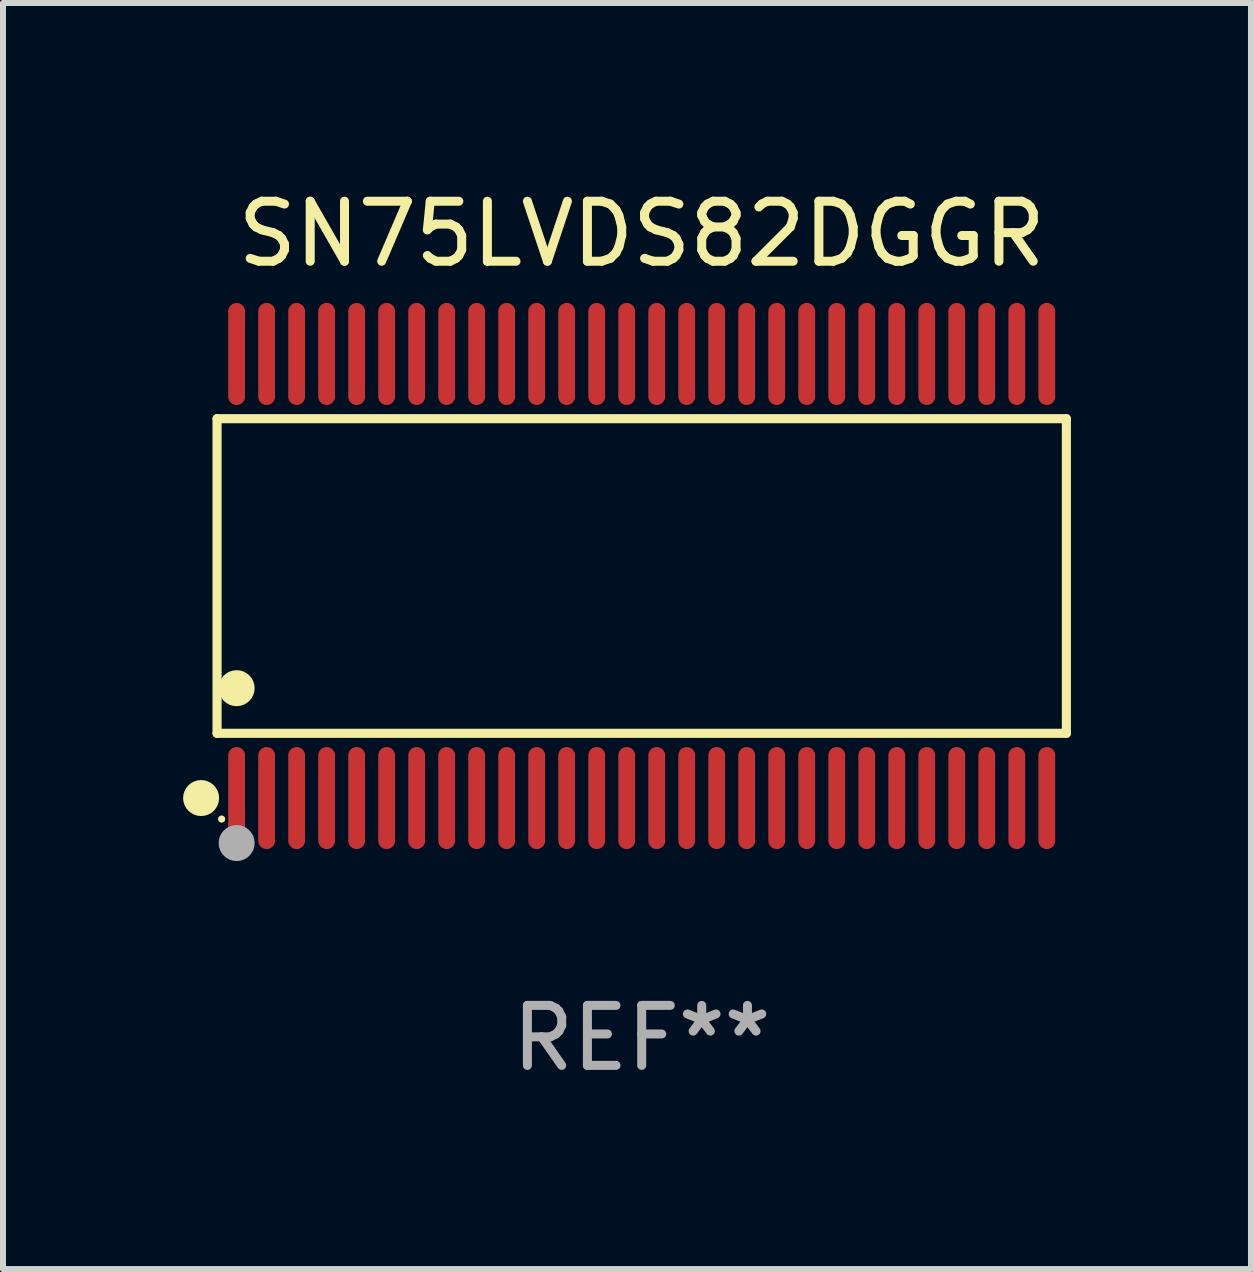
<source format=kicad_pcb>
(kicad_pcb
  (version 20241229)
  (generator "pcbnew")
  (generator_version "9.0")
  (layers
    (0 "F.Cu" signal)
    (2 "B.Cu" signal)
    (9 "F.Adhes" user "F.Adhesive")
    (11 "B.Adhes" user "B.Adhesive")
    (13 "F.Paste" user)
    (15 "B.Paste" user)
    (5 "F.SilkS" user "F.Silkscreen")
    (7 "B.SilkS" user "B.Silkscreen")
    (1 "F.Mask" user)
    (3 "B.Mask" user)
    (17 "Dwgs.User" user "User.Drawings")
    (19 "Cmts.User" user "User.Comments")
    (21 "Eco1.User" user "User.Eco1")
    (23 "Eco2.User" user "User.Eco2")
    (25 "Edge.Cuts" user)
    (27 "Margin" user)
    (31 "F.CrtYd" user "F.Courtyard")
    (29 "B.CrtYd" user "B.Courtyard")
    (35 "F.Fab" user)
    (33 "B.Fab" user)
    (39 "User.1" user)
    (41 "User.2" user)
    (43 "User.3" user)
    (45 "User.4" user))
  (footprint "SN75LVDS82DGGR"
    (layer "F.Cu")
    (at 7.643 6.548)
    (property "Reference" "SN75LVDS82DGGR" (at 0 -5.7 0) (layer "F.SilkS") (effects (font (size 1 1) (thickness 0.15))))
    (attr through_hole)
    (fp_line (start -7.076 -2.621) (end 7.076 -2.621) (stroke (width 0.152) (type solid)) (layer "F.SilkS"))
    (fp_line (start -7.076 2.621) (end -7.076 -2.621) (stroke (width 0.152) (type solid)) (layer "F.SilkS"))
    (fp_line (start 7.076 -2.621) (end 7.076 2.621) (stroke (width 0.152) (type solid)) (layer "F.SilkS"))
    (fp_line (start 7.076 2.621) (end -7.076 2.621) (stroke (width 0.152) (type solid)) (layer "F.SilkS"))
    (fp_circle (center -7.342 3.7) (end -7.192 3.7) (stroke (width 0.3) (type solid)) (fill no) (layer "F.SilkS"))
    (fp_circle (center -7 4.05) (end -6.97 4.05) (stroke (width 0.06) (type solid)) (fill no) (layer "F.SilkS"))
    (fp_circle (center -6.75 1.869) (end -6.6 1.869) (stroke (width 0.3) (type solid)) (fill no) (layer "F.SilkS"))
    (fp_circle (center -6.75 4.45) (end -6.6 4.45) (stroke (width 0.3) (type solid)) (fill no) (layer "F.Fab"))
    (fp_text user "REF**" (at 0 7.7 0) (layer "F.Fab") (effects (font (size 1 1) (thickness 0.15))))
    (pad "1" smd oval (at -6.75 3.7) (size 0.28 1.7) (layers "F.Cu" "F.Mask" "F.Paste"))
    (pad "2" smd oval (at -6.25 3.7) (size 0.28 1.7) (layers "F.Cu" "F.Mask" "F.Paste"))
    (pad "3" smd oval (at -5.75 3.7) (size 0.28 1.7) (layers "F.Cu" "F.Mask" "F.Paste"))
    (pad "4" smd oval (at -5.25 3.7) (size 0.28 1.7) (layers "F.Cu" "F.Mask" "F.Paste"))
    (pad "5" smd oval (at -4.75 3.7) (size 0.28 1.7) (layers "F.Cu" "F.Mask" "F.Paste"))
    (pad "6" smd oval (at -4.25 3.7) (size 0.28 1.7) (layers "F.Cu" "F.Mask" "F.Paste"))
    (pad "7" smd oval (at -3.75 3.7) (size 0.28 1.7) (layers "F.Cu" "F.Mask" "F.Paste"))
    (pad "8" smd oval (at -3.25 3.7) (size 0.28 1.7) (layers "F.Cu" "F.Mask" "F.Paste"))
    (pad "9" smd oval (at -2.75 3.7) (size 0.28 1.7) (layers "F.Cu" "F.Mask" "F.Paste"))
    (pad "10" smd oval (at -2.25 3.7) (size 0.28 1.7) (layers "F.Cu" "F.Mask" "F.Paste"))
    (pad "11" smd oval (at -1.75 3.7) (size 0.28 1.7) (layers "F.Cu" "F.Mask" "F.Paste"))
    (pad "12" smd oval (at -1.25 3.7) (size 0.28 1.7) (layers "F.Cu" "F.Mask" "F.Paste"))
    (pad "13" smd oval (at -0.75 3.7) (size 0.28 1.7) (layers "F.Cu" "F.Mask" "F.Paste"))
    (pad "14" smd oval (at -0.25 3.7) (size 0.28 1.7) (layers "F.Cu" "F.Mask" "F.Paste"))
    (pad "15" smd oval (at 0.25 3.7) (size 0.28 1.7) (layers "F.Cu" "F.Mask" "F.Paste"))
    (pad "16" smd oval (at 0.75 3.7) (size 0.28 1.7) (layers "F.Cu" "F.Mask" "F.Paste"))
    (pad "17" smd oval (at 1.25 3.7) (size 0.28 1.7) (layers "F.Cu" "F.Mask" "F.Paste"))
    (pad "18" smd oval (at 1.75 3.7) (size 0.28 1.7) (layers "F.Cu" "F.Mask" "F.Paste"))
    (pad "19" smd oval (at 2.25 3.7) (size 0.28 1.7) (layers "F.Cu" "F.Mask" "F.Paste"))
    (pad "20" smd oval (at 2.75 3.7) (size 0.28 1.7) (layers "F.Cu" "F.Mask" "F.Paste"))
    (pad "21" smd oval (at 3.25 3.7) (size 0.28 1.7) (layers "F.Cu" "F.Mask" "F.Paste"))
    (pad "22" smd oval (at 3.75 3.7) (size 0.28 1.7) (layers "F.Cu" "F.Mask" "F.Paste"))
    (pad "23" smd oval (at 4.25 3.7) (size 0.28 1.7) (layers "F.Cu" "F.Mask" "F.Paste"))
    (pad "24" smd oval (at 4.75 3.7) (size 0.28 1.7) (layers "F.Cu" "F.Mask" "F.Paste"))
    (pad "25" smd oval (at 5.25 3.7) (size 0.28 1.7) (layers "F.Cu" "F.Mask" "F.Paste"))
    (pad "26" smd oval (at 5.75 3.7) (size 0.28 1.7) (layers "F.Cu" "F.Mask" "F.Paste"))
    (pad "27" smd oval (at 6.25 3.7) (size 0.28 1.7) (layers "F.Cu" "F.Mask" "F.Paste"))
    (pad "28" smd oval (at 6.75 3.7) (size 0.28 1.7) (layers "F.Cu" "F.Mask" "F.Paste"))
    (pad "29" smd oval (at 6.75 -3.7) (size 0.28 1.7) (layers "F.Cu" "F.Mask" "F.Paste"))
    (pad "30" smd oval (at 6.25 -3.7) (size 0.28 1.7) (layers "F.Cu" "F.Mask" "F.Paste"))
    (pad "31" smd oval (at 5.75 -3.7) (size 0.28 1.7) (layers "F.Cu" "F.Mask" "F.Paste"))
    (pad "32" smd oval (at 5.25 -3.7) (size 0.28 1.7) (layers "F.Cu" "F.Mask" "F.Paste"))
    (pad "33" smd oval (at 4.75 -3.7) (size 0.28 1.7) (layers "F.Cu" "F.Mask" "F.Paste"))
    (pad "34" smd oval (at 4.25 -3.7) (size 0.28 1.7) (layers "F.Cu" "F.Mask" "F.Paste"))
    (pad "35" smd oval (at 3.75 -3.7) (size 0.28 1.7) (layers "F.Cu" "F.Mask" "F.Paste"))
    (pad "36" smd oval (at 3.25 -3.7) (size 0.28 1.7) (layers "F.Cu" "F.Mask" "F.Paste"))
    (pad "37" smd oval (at 2.75 -3.7) (size 0.28 1.7) (layers "F.Cu" "F.Mask" "F.Paste"))
    (pad "38" smd oval (at 2.25 -3.7) (size 0.28 1.7) (layers "F.Cu" "F.Mask" "F.Paste"))
    (pad "39" smd oval (at 1.75 -3.7) (size 0.28 1.7) (layers "F.Cu" "F.Mask" "F.Paste"))
    (pad "40" smd oval (at 1.25 -3.7) (size 0.28 1.7) (layers "F.Cu" "F.Mask" "F.Paste"))
    (pad "41" smd oval (at 0.75 -3.7) (size 0.28 1.7) (layers "F.Cu" "F.Mask" "F.Paste"))
    (pad "42" smd oval (at 0.25 -3.7) (size 0.28 1.7) (layers "F.Cu" "F.Mask" "F.Paste"))
    (pad "43" smd oval (at -0.25 -3.7) (size 0.28 1.7) (layers "F.Cu" "F.Mask" "F.Paste"))
    (pad "44" smd oval (at -0.75 -3.7) (size 0.28 1.7) (layers "F.Cu" "F.Mask" "F.Paste"))
    (pad "45" smd oval (at -1.25 -3.7) (size 0.28 1.7) (layers "F.Cu" "F.Mask" "F.Paste"))
    (pad "46" smd oval (at -1.75 -3.7) (size 0.28 1.7) (layers "F.Cu" "F.Mask" "F.Paste"))
    (pad "47" smd oval (at -2.25 -3.7) (size 0.28 1.7) (layers "F.Cu" "F.Mask" "F.Paste"))
    (pad "48" smd oval (at -2.75 -3.7) (size 0.28 1.7) (layers "F.Cu" "F.Mask" "F.Paste"))
    (pad "49" smd oval (at -3.25 -3.7) (size 0.28 1.7) (layers "F.Cu" "F.Mask" "F.Paste"))
    (pad "50" smd oval (at -3.75 -3.7) (size 0.28 1.7) (layers "F.Cu" "F.Mask" "F.Paste"))
    (pad "51" smd oval (at -4.25 -3.7) (size 0.28 1.7) (layers "F.Cu" "F.Mask" "F.Paste"))
    (pad "52" smd oval (at -4.75 -3.7) (size 0.28 1.7) (layers "F.Cu" "F.Mask" "F.Paste"))
    (pad "53" smd oval (at -5.25 -3.7) (size 0.28 1.7) (layers "F.Cu" "F.Mask" "F.Paste"))
    (pad "54" smd oval (at -5.75 -3.7) (size 0.28 1.7) (layers "F.Cu" "F.Mask" "F.Paste"))
    (pad "55" smd oval (at -6.25 -3.7) (size 0.28 1.7) (layers "F.Cu" "F.Mask" "F.Paste"))
    (pad "56" smd oval (at -6.75 -3.7) (size 0.28 1.7) (layers "F.Cu" "F.Mask" "F.Paste")))
  (gr_rect
    (start -3 -3)
    (end 17.795 18.097)
    (stroke (width 0.1) (type default))
    (fill no)
    (layer "Edge.Cuts")))
</source>
